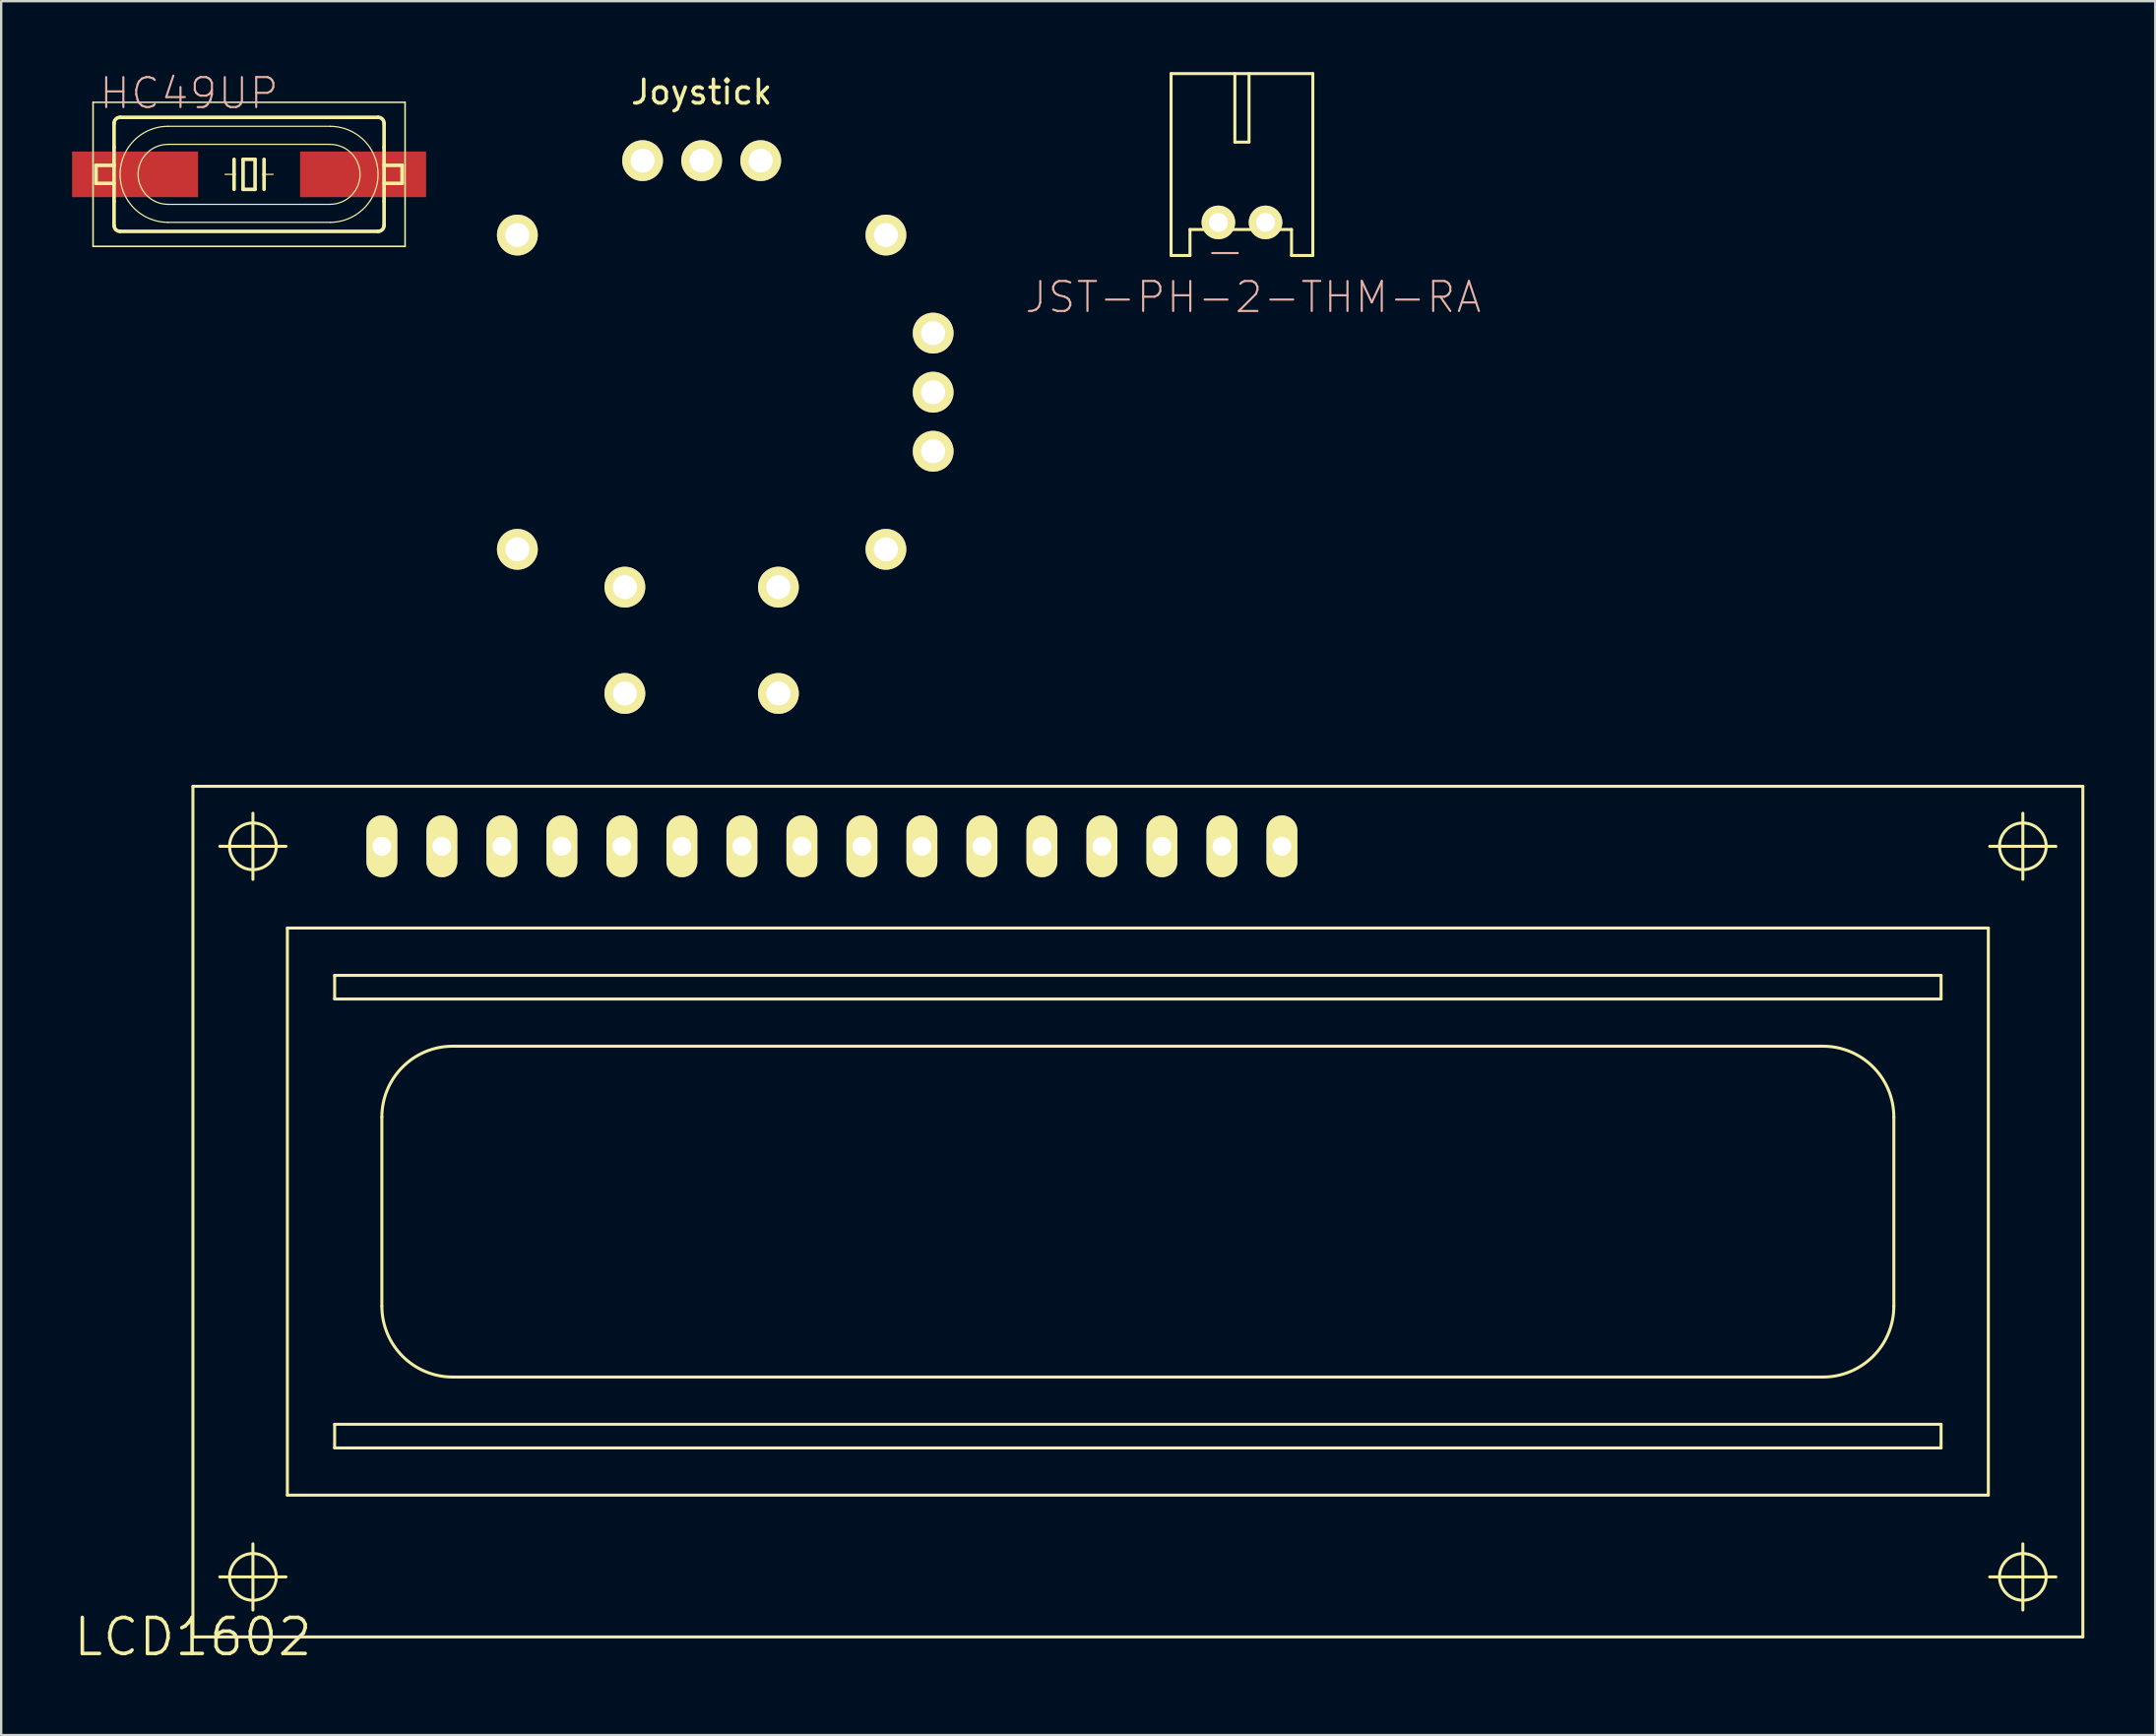
<source format=kicad_pcb>
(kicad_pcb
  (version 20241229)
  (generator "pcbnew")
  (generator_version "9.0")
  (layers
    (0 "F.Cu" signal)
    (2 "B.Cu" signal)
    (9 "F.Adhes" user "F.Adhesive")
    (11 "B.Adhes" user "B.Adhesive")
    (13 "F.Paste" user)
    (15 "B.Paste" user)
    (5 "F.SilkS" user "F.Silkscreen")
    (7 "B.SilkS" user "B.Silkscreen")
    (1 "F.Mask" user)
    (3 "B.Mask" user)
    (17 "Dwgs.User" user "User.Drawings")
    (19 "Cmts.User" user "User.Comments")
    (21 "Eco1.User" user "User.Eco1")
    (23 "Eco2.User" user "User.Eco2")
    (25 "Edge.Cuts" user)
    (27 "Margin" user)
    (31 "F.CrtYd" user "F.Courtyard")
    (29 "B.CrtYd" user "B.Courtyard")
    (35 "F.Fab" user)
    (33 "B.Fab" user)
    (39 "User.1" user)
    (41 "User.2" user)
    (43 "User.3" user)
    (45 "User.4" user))
  (footprint "JST-PH-2-THM-RA"
    (layer "F.Cu")
    (at 49.521 6.363)
    (property "Reference" "JST-PH-2-THM-RA" (at 0.475 3.165 0) (layer "B.SilkS") (effects (font (size 1.27 1.27) (thickness 0.089))))
    (attr exclude_from_pos_files exclude_from_bom)
    (fp_line (start -3 -6.299) (end 3 -6.299) (stroke (width 0.127) (type solid)) (layer "F.SilkS"))
    (fp_line (start -3 1.4) (end -3 -6.299) (stroke (width 0.127) (type solid)) (layer "F.SilkS"))
    (fp_line (start -2.2 0.3) (end 2.098 0.3) (stroke (width 0.127) (type solid)) (layer "F.SilkS"))
    (fp_line (start -2.2 1.4) (end -3 1.4) (stroke (width 0.127) (type solid)) (layer "F.SilkS"))
    (fp_line (start -2.2 1.4) (end -2.2 0.3) (stroke (width 0.127) (type solid)) (layer "F.SilkS"))
    (fp_line (start -0.3 -6.299) (end -0.3 -3.399) (stroke (width 0.127) (type solid)) (layer "F.SilkS"))
    (fp_line (start -0.3 -3.399) (end 0.3 -3.399) (stroke (width 0.127) (type solid)) (layer "F.SilkS"))
    (fp_line (start 0.3 -3.399) (end 0.3 -6.299) (stroke (width 0.127) (type solid)) (layer "F.SilkS"))
    (fp_line (start 2.098 0.3) (end 2.098 1.4) (stroke (width 0.127) (type solid)) (layer "F.SilkS"))
    (fp_line (start 2.098 1.4) (end 2.2 1.4) (stroke (width 0.127) (type solid)) (layer "F.SilkS"))
    (fp_line (start 3 -6.299) (end 3 1.4) (stroke (width 0.127) (type solid)) (layer "F.SilkS"))
    (fp_line (start 3 1.4) (end 2.2 1.4) (stroke (width 0.127) (type solid)) (layer "F.SilkS"))
    (fp_text user "-" (at -0.716 1.184 0) (layer "B.SilkS") (effects (font (size 1.422 1.422) (thickness 0.089))))
    (pad "1" thru_hole circle (at 0.998 0) (size 1.422 1.422) (drill 0.798) (layers "*.Cu" "F.Mask" "F.SilkS" "F.Paste"))
    (pad "2" thru_hole circle (at -0.998 0) (size 1.422 1.422) (drill 0.798) (layers "*.Cu" "F.Mask" "F.SilkS" "F.Paste")))
  (footprint "LCD1602"
    (layer "F.Cu")
    (at 5.116 66.225)
    (property "Reference" "LCD1602" (at 0 0 0) (layer "F.SilkS") (effects (font (size 1.524 1.524) (thickness 0.15))))
    (attr exclude_from_pos_files exclude_from_bom)
    (fp_line (start 0 -35.999) (end 0 0) (stroke (width 0.127) (type solid)) (layer "F.SilkS"))
    (fp_line (start 0 0) (end 80 0) (stroke (width 0.127) (type solid)) (layer "F.SilkS"))
    (fp_line (start 1.138 -33.459) (end 3.94 -33.459) (stroke (width 0.127) (type solid)) (layer "F.SilkS"))
    (fp_line (start 1.138 -2.54) (end 3.94 -2.54) (stroke (width 0.127) (type solid)) (layer "F.SilkS"))
    (fp_line (start 2.54 -32.06) (end 2.54 -34.859) (stroke (width 0.127) (type solid)) (layer "F.SilkS"))
    (fp_line (start 2.54 -1.138) (end 2.54 -3.94) (stroke (width 0.127) (type solid)) (layer "F.SilkS"))
    (fp_line (start 3.998 -30) (end 75.999 -30) (stroke (width 0.127) (type solid)) (layer "F.SilkS"))
    (fp_line (start 3.998 -5.999) (end 3.998 -30) (stroke (width 0.127) (type solid)) (layer "F.SilkS"))
    (fp_line (start 5.999 -27.998) (end 73.998 -27.998) (stroke (width 0.127) (type solid)) (layer "F.SilkS"))
    (fp_line (start 5.999 -26.998) (end 5.999 -27.998) (stroke (width 0.127) (type solid)) (layer "F.SilkS"))
    (fp_line (start 5.999 -8.999) (end 5.999 -7.998) (stroke (width 0.127) (type solid)) (layer "F.SilkS"))
    (fp_line (start 5.999 -7.998) (end 73.998 -7.998) (stroke (width 0.127) (type solid)) (layer "F.SilkS"))
    (fp_line (start 7.998 -21.999) (end 7.998 -13.998) (stroke (width 0.127) (type solid)) (layer "F.SilkS"))
    (fp_line (start 10.998 -10.998) (end 68.999 -10.998) (stroke (width 0.127) (type solid)) (layer "F.SilkS"))
    (fp_line (start 68.999 -24.999) (end 10.998 -24.999) (stroke (width 0.127) (type solid)) (layer "F.SilkS"))
    (fp_line (start 71.999 -13.998) (end 71.999 -21.999) (stroke (width 0.127) (type solid)) (layer "F.SilkS"))
    (fp_line (start 73.998 -27.998) (end 73.998 -26.998) (stroke (width 0.127) (type solid)) (layer "F.SilkS"))
    (fp_line (start 73.998 -26.998) (end 5.999 -26.998) (stroke (width 0.127) (type solid)) (layer "F.SilkS"))
    (fp_line (start 73.998 -8.999) (end 5.999 -8.999) (stroke (width 0.127) (type solid)) (layer "F.SilkS"))
    (fp_line (start 73.998 -7.998) (end 73.998 -8.999) (stroke (width 0.127) (type solid)) (layer "F.SilkS"))
    (fp_line (start 75.999 -30) (end 75.999 -5.999) (stroke (width 0.127) (type solid)) (layer "F.SilkS"))
    (fp_line (start 75.999 -5.999) (end 3.998 -5.999) (stroke (width 0.127) (type solid)) (layer "F.SilkS"))
    (fp_line (start 76.058 -33.459) (end 78.859 -33.459) (stroke (width 0.127) (type solid)) (layer "F.SilkS"))
    (fp_line (start 76.058 -2.54) (end 78.859 -2.54) (stroke (width 0.127) (type solid)) (layer "F.SilkS"))
    (fp_line (start 77.46 -32.06) (end 77.46 -34.859) (stroke (width 0.127) (type solid)) (layer "F.SilkS"))
    (fp_line (start 77.46 -1.138) (end 77.46 -3.94) (stroke (width 0.127) (type solid)) (layer "F.SilkS"))
    (fp_line (start 80 -35.999) (end 0 -35.999) (stroke (width 0.127) (type solid)) (layer "F.SilkS"))
    (fp_line (start 80 0) (end 80 -35.999) (stroke (width 0.127) (type solid)) (layer "F.SilkS"))
    (fp_arc (start 7.99846 -21.99894) (mid 8.877064 -24.120076) (end 10.9982 -24.99868) (stroke (width 0.127) (type solid)) (layer "F.SilkS"))
    (fp_arc (start 10.9982 -10.9982) (mid 8.877064 -11.876804) (end 7.99846 -13.99794) (stroke (width 0.127) (type solid)) (layer "F.SilkS"))
    (fp_arc (start 68.9991 -24.99868) (mid 71.120236 -24.120076) (end 71.99884 -21.99894) (stroke (width 0.127) (type solid)) (layer "F.SilkS"))
    (fp_arc (start 71.99884 -13.99794) (mid 71.120236 -11.876804) (end 68.9991 -10.9982) (stroke (width 0.127) (type solid)) (layer "F.SilkS"))
    (fp_circle (center 2.54 -33.459) (end 3.239 -34.158) (stroke (width 0.127) (type solid)) (fill no) (layer "F.SilkS"))
    (fp_circle (center 2.54 -2.54) (end 3.239 -3.239) (stroke (width 0.127) (type solid)) (fill no) (layer "F.SilkS"))
    (fp_circle (center 77.46 -33.459) (end 78.158 -34.158) (stroke (width 0.127) (type solid)) (fill no) (layer "F.SilkS"))
    (fp_circle (center 77.46 -2.54) (end 78.158 -3.239) (stroke (width 0.127) (type solid)) (fill no) (layer "F.SilkS"))
    (pad "1" thru_hole oval (at 7.998 -33.459) (size 1.306 2.614) (drill 0.798) (layers "*.Cu" "*.Mask" "F.SilkS"))
    (pad "2" thru_hole oval (at 10.538 -33.459) (size 1.306 2.614) (drill 0.798) (layers "*.Cu" "*.Mask" "F.SilkS"))
    (pad "3" thru_hole oval (at 13.078 -33.459) (size 1.306 2.614) (drill 0.798) (layers "*.Cu" "*.Mask" "F.SilkS"))
    (pad "4" thru_hole oval (at 15.618 -33.459) (size 1.306 2.614) (drill 0.798) (layers "*.Cu" "*.Mask" "F.SilkS"))
    (pad "5" thru_hole oval (at 18.158 -33.459) (size 1.306 2.614) (drill 0.798) (layers "*.Cu" "*.Mask" "F.SilkS"))
    (pad "6" thru_hole oval (at 20.698 -33.459) (size 1.306 2.614) (drill 0.798) (layers "*.Cu" "*.Mask" "F.SilkS"))
    (pad "7" thru_hole oval (at 23.238 -33.459) (size 1.306 2.614) (drill 0.798) (layers "*.Cu" "*.Mask" "F.SilkS"))
    (pad "8" thru_hole oval (at 25.778 -33.459) (size 1.306 2.614) (drill 0.798) (layers "*.Cu" "*.Mask" "F.SilkS"))
    (pad "9" thru_hole oval (at 28.318 -33.459) (size 1.306 2.614) (drill 0.798) (layers "*.Cu" "*.Mask" "F.SilkS"))
    (pad "10" thru_hole oval (at 30.858 -33.459) (size 1.306 2.614) (drill 0.798) (layers "*.Cu" "*.Mask" "F.SilkS"))
    (pad "11" thru_hole oval (at 33.398 -33.459) (size 1.306 2.614) (drill 0.798) (layers "*.Cu" "*.Mask" "F.SilkS"))
    (pad "12" thru_hole oval (at 35.938 -33.459) (size 1.306 2.614) (drill 0.798) (layers "*.Cu" "*.Mask" "F.SilkS"))
    (pad "13" thru_hole oval (at 38.478 -33.459) (size 1.306 2.614) (drill 0.798) (layers "*.Cu" "*.Mask" "F.SilkS"))
    (pad "14" thru_hole oval (at 41.018 -33.459) (size 1.306 2.614) (drill 0.798) (layers "*.Cu" "*.Mask" "F.SilkS"))
    (pad "15" thru_hole oval (at 43.558 -33.459) (size 1.306 2.614) (drill 0.798) (layers "*.Cu" "*.Mask" "F.SilkS"))
    (pad "16" thru_hole oval (at 46.098 -33.459) (size 1.306 2.614) (drill 0.798) (layers "*.Cu" "*.Mask" "F.SilkS")))
  (footprint "Joystick"
    (layer "F.Cu")
    (at 26.65 13.548)
    (property "Reference" "Joystick" (at 0 -12.7 0) (layer "F.SilkS") (effects (font (size 1 1) (thickness 0.15))))
    (attr through_hole)
    (pad "1" thru_hole circle (at 9.8 2.5) (size 1.727 1.727) (drill 1.016) (layers "*.Cu" "*.Mask" "F.SilkS"))
    (pad "2" thru_hole circle (at 9.8 0) (size 1.727 1.727) (drill 1.016) (layers "*.Cu" "*.Mask" "F.SilkS"))
    (pad "3" thru_hole circle (at 9.8 -2.5) (size 1.727 1.727) (drill 1.016) (layers "*.Cu" "*.Mask" "F.SilkS"))
    (pad "4" thru_hole circle (at 2.5 -9.8) (size 1.727 1.727) (drill 1.016) (layers "*.Cu" "*.Mask" "F.SilkS"))
    (pad "5" thru_hole circle (at 0 -9.8) (size 1.727 1.727) (drill 1.016) (layers "*.Cu" "*.Mask" "F.SilkS"))
    (pad "6" thru_hole circle (at -2.5 -9.8) (size 1.727 1.727) (drill 1.016) (layers "*.Cu" "*.Mask" "F.SilkS"))
    (pad "7" thru_hole circle (at 3.25 8.25) (size 1.727 1.727) (drill 1.016) (layers "*.Cu" "*.Mask" "F.SilkS"))
    (pad "8" thru_hole circle (at -3.25 8.25) (size 1.727 1.727) (drill 1.016) (layers "*.Cu" "*.Mask" "F.SilkS"))
    (pad "9" thru_hole circle (at 3.25 12.75) (size 1.727 1.727) (drill 1.016) (layers "*.Cu" "*.Mask" "F.SilkS"))
    (pad "10" thru_hole circle (at -3.25 12.75) (size 1.727 1.727) (drill 1.016) (layers "*.Cu" "*.Mask" "F.SilkS"))
    (pad "11" thru_hole circle (at 7.8 6.65) (size 1.727 1.727) (drill 1.016) (layers "*.Cu" "*.Mask" "F.SilkS"))
    (pad "12" thru_hole circle (at 7.8 -6.65) (size 1.727 1.727) (drill 1.016) (layers "*.Cu" "*.Mask" "F.SilkS"))
    (pad "13" thru_hole circle (at -7.8 -6.65) (size 1.727 1.727) (drill 1.016) (layers "*.Cu" "*.Mask" "F.SilkS"))
    (pad "14" thru_hole circle (at -7.8 6.65) (size 1.727 1.727) (drill 1.016) (layers "*.Cu" "*.Mask" "F.SilkS")))
  (footprint "HC49UP"
    (layer "F.Cu")
    (at 7.493 4.328)
    (property "Reference" "HC49UP" (at -2.54 -3.429 0) (layer "B.SilkS") (effects (font (size 1.27 1.27) (thickness 0.089))))
    (attr smd)
    (fp_line (start -6.604 -3.048) (end 6.604 -3.048) (stroke (width 0.066) (type solid)) (layer "F.SilkS"))
    (fp_line (start -6.604 3.048) (end -6.604 -3.048) (stroke (width 0.066) (type solid)) (layer "F.SilkS"))
    (fp_line (start -6.604 3.048) (end 6.604 3.048) (stroke (width 0.066) (type solid)) (layer "F.SilkS"))
    (fp_line (start -6.477 0.381) (end -6.477 -0.381) (stroke (width 0.152) (type solid)) (layer "F.SilkS"))
    (fp_line (start -5.715 -1.143) (end -5.715 -2.159) (stroke (width 0.152) (type solid)) (layer "F.SilkS"))
    (fp_line (start -5.715 -0.381) (end -6.477 -0.381) (stroke (width 0.152) (type solid)) (layer "F.SilkS"))
    (fp_line (start -5.715 -0.381) (end -5.715 -1.143) (stroke (width 0.152) (type solid)) (layer "F.SilkS"))
    (fp_line (start -5.715 0.381) (end -6.477 0.381) (stroke (width 0.152) (type solid)) (layer "F.SilkS"))
    (fp_line (start -5.715 0.381) (end -5.715 -0.381) (stroke (width 0.152) (type solid)) (layer "F.SilkS"))
    (fp_line (start -5.715 1.143) (end -5.715 0.381) (stroke (width 0.152) (type solid)) (layer "F.SilkS"))
    (fp_line (start -5.715 2.159) (end -5.715 1.143) (stroke (width 0.152) (type solid)) (layer "F.SilkS"))
    (fp_line (start -3.429 -2.032) (end 3.429 -2.032) (stroke (width 0.051) (type solid)) (layer "F.SilkS"))
    (fp_line (start -3.429 -1.27) (end 3.429 -1.27) (stroke (width 0.051) (type solid)) (layer "F.SilkS"))
    (fp_line (start -0.635 -0.635) (end -0.635 0) (stroke (width 0.152) (type solid)) (layer "F.SilkS"))
    (fp_line (start -0.635 0) (end -1.016 0) (stroke (width 0.051) (type solid)) (layer "F.SilkS"))
    (fp_line (start -0.635 0) (end -0.635 0.635) (stroke (width 0.152) (type solid)) (layer "F.SilkS"))
    (fp_line (start -0.254 -0.635) (end -0.254 0.635) (stroke (width 0.152) (type solid)) (layer "F.SilkS"))
    (fp_line (start -0.254 0.635) (end 0.254 0.635) (stroke (width 0.152) (type solid)) (layer "F.SilkS"))
    (fp_line (start 0.254 -0.635) (end -0.254 -0.635) (stroke (width 0.152) (type solid)) (layer "F.SilkS"))
    (fp_line (start 0.254 0.635) (end 0.254 -0.635) (stroke (width 0.152) (type solid)) (layer "F.SilkS"))
    (fp_line (start 0.635 -0.635) (end 0.635 0) (stroke (width 0.152) (type solid)) (layer "F.SilkS"))
    (fp_line (start 0.635 0) (end 0.635 0.635) (stroke (width 0.152) (type solid)) (layer "F.SilkS"))
    (fp_line (start 0.635 0) (end 1.016 0) (stroke (width 0.051) (type solid)) (layer "F.SilkS"))
    (fp_line (start 3.429 1.27) (end -3.429 1.27) (stroke (width 0.051) (type solid)) (layer "F.SilkS"))
    (fp_line (start 3.429 2.032) (end -3.429 2.032) (stroke (width 0.051) (type solid)) (layer "F.SilkS"))
    (fp_line (start 5.461 -2.413) (end -5.461 -2.413) (stroke (width 0.152) (type solid)) (layer "F.SilkS"))
    (fp_line (start 5.461 2.413) (end -5.461 2.413) (stroke (width 0.152) (type solid)) (layer "F.SilkS"))
    (fp_line (start 5.715 -1.143) (end 5.715 -2.159) (stroke (width 0.152) (type solid)) (layer "F.SilkS"))
    (fp_line (start 5.715 -0.381) (end 6.477 -0.381) (stroke (width 0.152) (type solid)) (layer "F.SilkS"))
    (fp_line (start 5.715 0.381) (end 6.477 0.381) (stroke (width 0.152) (type solid)) (layer "F.SilkS"))
    (fp_line (start 5.715 1.143) (end 5.715 -1.143) (stroke (width 0.152) (type solid)) (layer "F.SilkS"))
    (fp_line (start 5.715 2.159) (end 5.715 1.143) (stroke (width 0.152) (type solid)) (layer "F.SilkS"))
    (fp_line (start 6.477 0.381) (end 6.477 -0.381) (stroke (width 0.152) (type solid)) (layer "F.SilkS"))
    (fp_line (start 6.604 3.048) (end 6.604 -3.048) (stroke (width 0.066) (type solid)) (layer "F.SilkS"))
    (fp_arc (start -5.715 -2.159) (mid -5.640605 -2.338605) (end -5.461 -2.413) (stroke (width 0.1524) (type solid)) (layer "F.SilkS"))
    (fp_arc (start -5.461 2.413) (mid -5.640605 2.338605) (end -5.715 2.159) (stroke (width 0.1524) (type solid)) (layer "F.SilkS"))
    (fp_arc (start -5.10794 -1.143) (mid -4.379218 -1.796128) (end -3.429787 -2.033178) (stroke (width 0.0508) (type solid)) (layer "F.SilkS"))
    (fp_arc (start -5.10794 1.143) (mid -5.46008 0.001649) (end -5.109794 -1.140273) (stroke (width 0.0508) (type solid)) (layer "F.SilkS"))
    (fp_arc (start -3.98018 -1.143) (mid -3.711094 -1.237203) (end -3.427769 -1.268955) (stroke (width 0.0508) (type solid)) (layer "F.SilkS"))
    (fp_arc (start -3.98018 1.143) (mid -4.697953 0.002339) (end -3.98439 -1.14096) (stroke (width 0.0508) (type solid)) (layer "F.SilkS"))
    (fp_arc (start -3.429 1.27) (mid -3.712527 1.237947) (end -3.981743 1.143405) (stroke (width 0.0508) (type solid)) (layer "F.SilkS"))
    (fp_arc (start -3.429 2.032) (mid -4.378266 1.796641) (end -5.107632 1.145085) (stroke (width 0.0508) (type solid)) (layer "F.SilkS"))
    (fp_arc (start 3.429 -2.032) (mid 4.378266 -1.796641) (end 5.107632 -1.145085) (stroke (width 0.0508) (type solid)) (layer "F.SilkS"))
    (fp_arc (start 3.429 -1.27) (mid 3.712527 -1.237947) (end 3.981743 -1.143405) (stroke (width 0.0508) (type solid)) (layer "F.SilkS"))
    (fp_arc (start 3.98018 -1.143) (mid 4.697953 -0.002339) (end 3.98439 1.14096) (stroke (width 0.0508) (type solid)) (layer "F.SilkS"))
    (fp_arc (start 3.98018 1.143) (mid 3.711094 1.237203) (end 3.427769 1.268955) (stroke (width 0.0508) (type solid)) (layer "F.SilkS"))
    (fp_arc (start 5.10794 -1.143) (mid 5.46008 -0.001649) (end 5.109794 1.140273) (stroke (width 0.0508) (type solid)) (layer "F.SilkS"))
    (fp_arc (start 5.10794 1.14046) (mid 4.380405 1.793882) (end 3.431886 2.031747) (stroke (width 0.0508) (type solid)) (layer "F.SilkS"))
    (fp_arc (start 5.461 -2.413) (mid 5.640605 -2.338605) (end 5.715 -2.159) (stroke (width 0.1524) (type solid)) (layer "F.SilkS"))
    (fp_arc (start 5.715 2.159) (mid 5.640605 2.338605) (end 5.461 2.413) (stroke (width 0.1524) (type solid)) (layer "F.SilkS"))
    (pad "1" smd rect (at -4.826 0) (size 5.334 1.93) (layers "F.Cu" "F.Mask" "F.Paste"))
    (pad "2" smd rect (at 4.826 0) (size 5.334 1.93) (layers "F.Cu" "F.Mask" "F.Paste")))
  (gr_rect
    (start -3 -3)
    (end 88.18 70.38)
    (stroke (width 0.1) (type default))
    (fill no)
    (layer "Edge.Cuts")))
</source>
